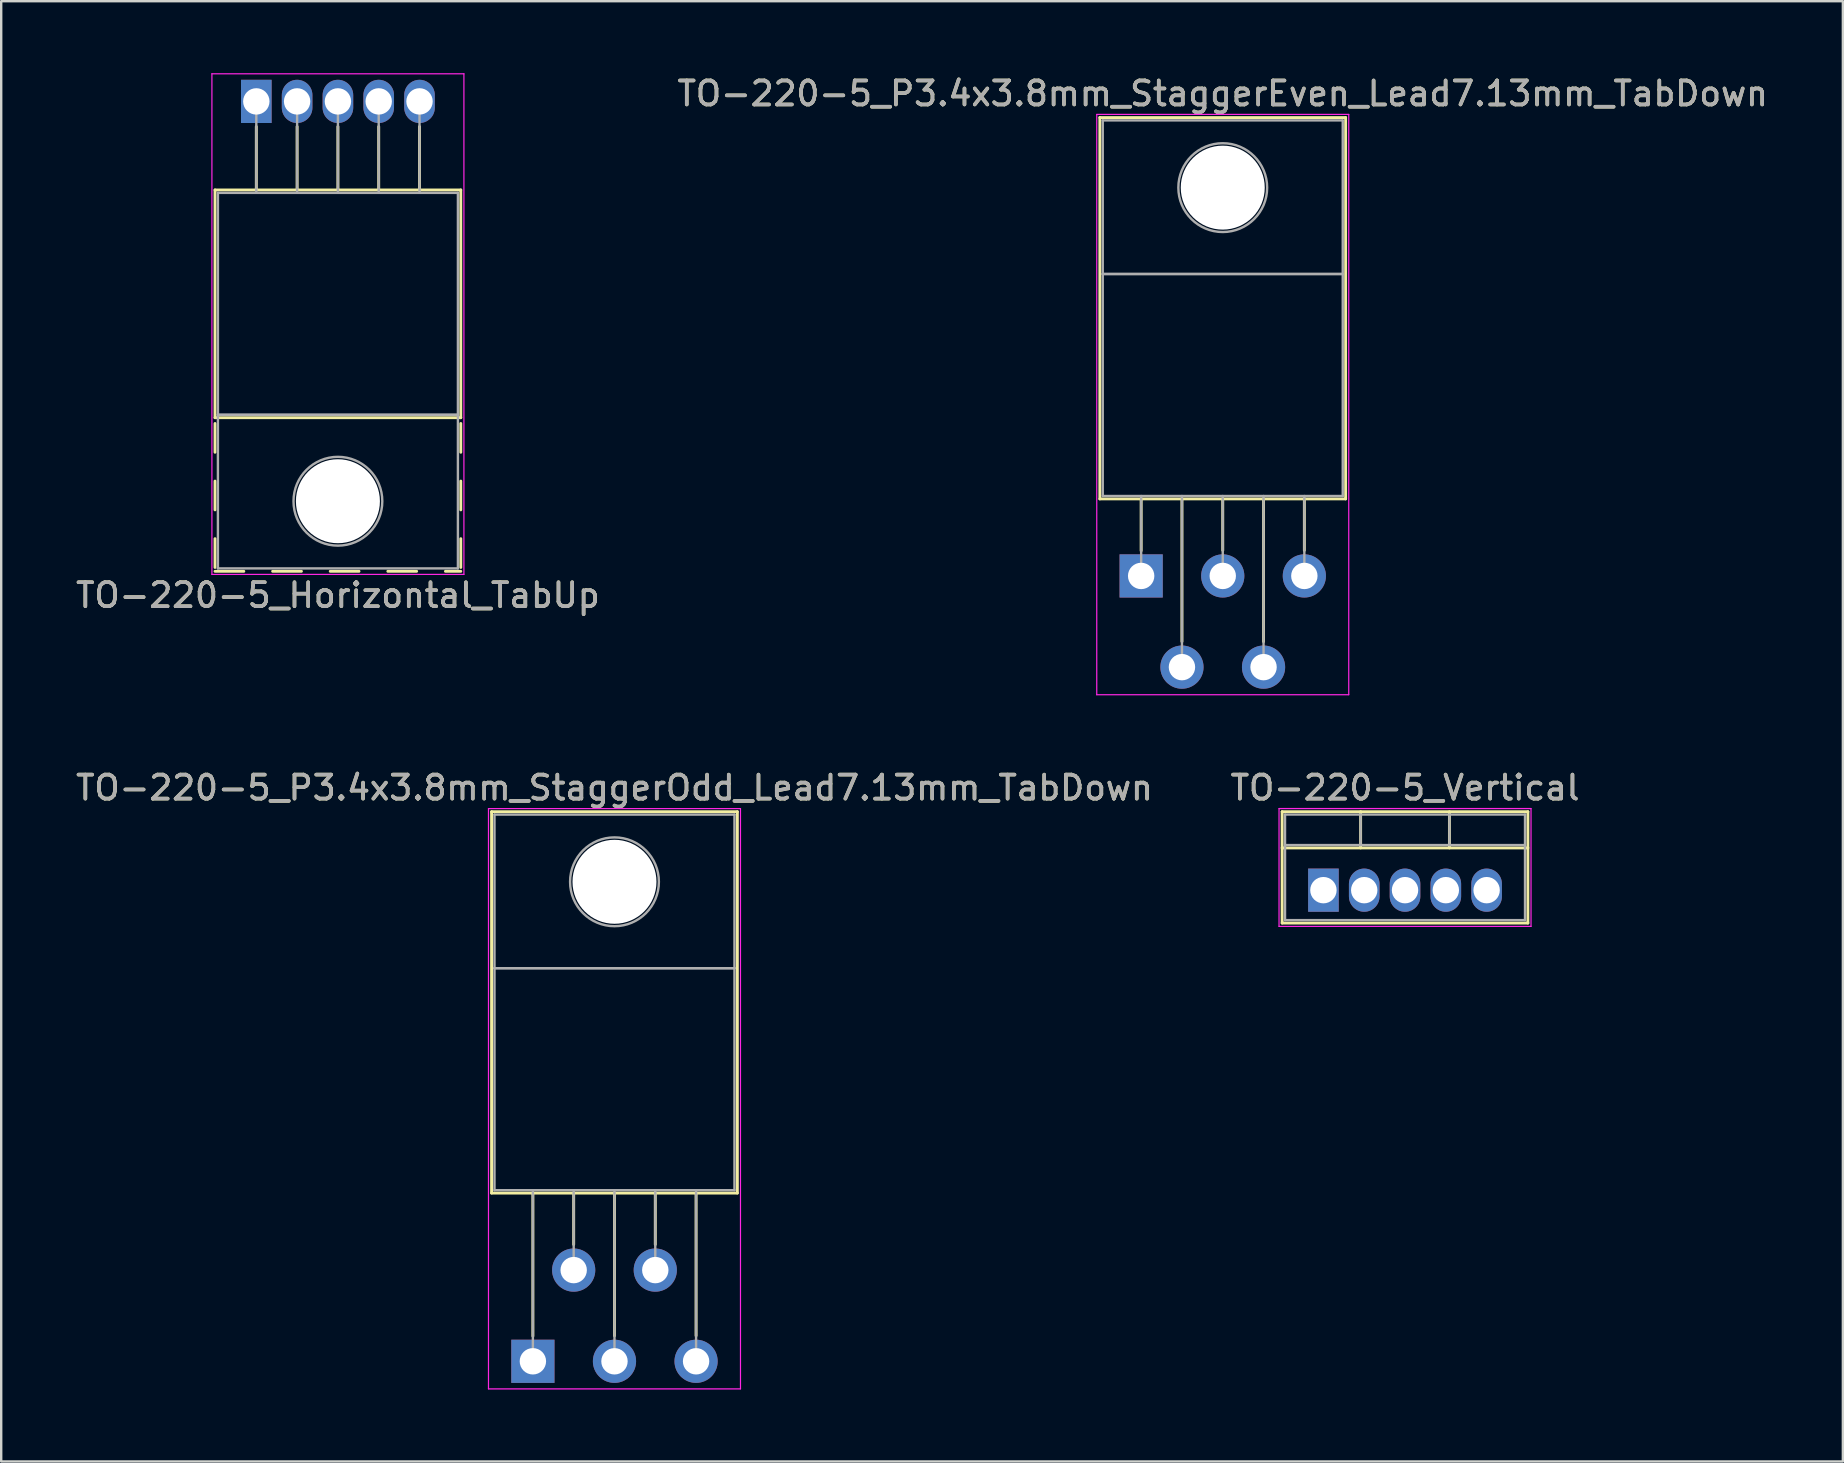
<source format=kicad_pcb>
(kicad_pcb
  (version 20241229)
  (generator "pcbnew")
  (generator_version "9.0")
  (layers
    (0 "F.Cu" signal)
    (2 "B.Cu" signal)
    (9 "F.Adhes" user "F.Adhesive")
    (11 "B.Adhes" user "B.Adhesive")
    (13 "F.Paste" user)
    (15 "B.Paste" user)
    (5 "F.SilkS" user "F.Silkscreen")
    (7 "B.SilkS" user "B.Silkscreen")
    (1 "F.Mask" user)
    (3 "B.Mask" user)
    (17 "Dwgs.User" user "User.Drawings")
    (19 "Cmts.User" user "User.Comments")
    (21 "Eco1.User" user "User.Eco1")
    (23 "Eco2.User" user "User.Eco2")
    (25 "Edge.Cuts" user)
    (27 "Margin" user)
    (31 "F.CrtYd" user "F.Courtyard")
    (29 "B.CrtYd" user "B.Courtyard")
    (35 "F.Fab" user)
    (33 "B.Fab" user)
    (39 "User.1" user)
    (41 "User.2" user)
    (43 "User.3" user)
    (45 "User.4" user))
  (footprint "TO-220-5_P3.4x3.8mm_StaggerEven_Lead7.13mm_TabDown"
    (layer "F.Cu")
    (at 44.499 20.948)
    (property "Reference" "TO-220-5_P3.4x3.8mm_StaggerEven_Lead7.13mm_TabDown" (at 3.4 -20.1 0) (layer "F.SilkS") (effects (font (size 1 1) (thickness 0.15))))
    (attr through_hole)
    (fp_line (start -1.721 -19.1) (end -1.721 -3.21) (stroke (width 0.12) (type solid)) (layer "F.SilkS"))
    (fp_line (start -1.721 -19.1) (end 8.52 -19.1) (stroke (width 0.12) (type solid)) (layer "F.SilkS"))
    (fp_line (start -1.721 -3.21) (end 8.52 -3.21) (stroke (width 0.12) (type solid)) (layer "F.SilkS"))
    (fp_line (start 0 -3.21) (end 0 -1.05) (stroke (width 0.12) (type solid)) (layer "F.SilkS"))
    (fp_line (start 1.7 -3.21) (end 1.7 2.735) (stroke (width 0.12) (type solid)) (layer "F.SilkS"))
    (fp_line (start 3.4 -3.21) (end 3.4 -1.066) (stroke (width 0.12) (type solid)) (layer "F.SilkS"))
    (fp_line (start 5.1 -3.21) (end 5.1 2.735) (stroke (width 0.12) (type solid)) (layer "F.SilkS"))
    (fp_line (start 6.8 -3.21) (end 6.8 -1.066) (stroke (width 0.12) (type solid)) (layer "F.SilkS"))
    (fp_line (start 8.52 -19.1) (end 8.52 -3.21) (stroke (width 0.12) (type solid)) (layer "F.SilkS"))
    (fp_line (start -1.85 -19.23) (end -1.85 4.95) (stroke (width 0.05) (type solid)) (layer "F.CrtYd"))
    (fp_line (start -1.85 4.95) (end 8.65 4.95) (stroke (width 0.05) (type solid)) (layer "F.CrtYd"))
    (fp_line (start 8.65 -19.23) (end -1.85 -19.23) (stroke (width 0.05) (type solid)) (layer "F.CrtYd"))
    (fp_line (start 8.65 4.95) (end 8.65 -19.23) (stroke (width 0.05) (type solid)) (layer "F.CrtYd"))
    (fp_line (start -1.6 -18.98) (end 8.4 -18.98) (stroke (width 0.1) (type solid)) (layer "F.Fab"))
    (fp_line (start -1.6 -12.58) (end -1.6 -18.98) (stroke (width 0.1) (type solid)) (layer "F.Fab"))
    (fp_line (start -1.6 -12.58) (end 8.4 -12.58) (stroke (width 0.1) (type solid)) (layer "F.Fab"))
    (fp_line (start -1.6 -3.33) (end -1.6 -12.58) (stroke (width 0.1) (type solid)) (layer "F.Fab"))
    (fp_line (start 0 -3.33) (end 0 0) (stroke (width 0.1) (type solid)) (layer "F.Fab"))
    (fp_line (start 1.7 -3.33) (end 1.7 3.8) (stroke (width 0.1) (type solid)) (layer "F.Fab"))
    (fp_line (start 3.4 -3.33) (end 3.4 0) (stroke (width 0.1) (type solid)) (layer "F.Fab"))
    (fp_line (start 5.1 -3.33) (end 5.1 3.8) (stroke (width 0.1) (type solid)) (layer "F.Fab"))
    (fp_line (start 6.8 -3.33) (end 6.8 0) (stroke (width 0.1) (type solid)) (layer "F.Fab"))
    (fp_line (start 8.4 -18.98) (end 8.4 -12.58) (stroke (width 0.1) (type solid)) (layer "F.Fab"))
    (fp_line (start 8.4 -12.58) (end -1.6 -12.58) (stroke (width 0.1) (type solid)) (layer "F.Fab"))
    (fp_line (start 8.4 -12.58) (end 8.4 -3.33) (stroke (width 0.1) (type solid)) (layer "F.Fab"))
    (fp_line (start 8.4 -3.33) (end -1.6 -3.33) (stroke (width 0.1) (type solid)) (layer "F.Fab"))
    (fp_circle (center 3.4 -16.18) (end 5.25 -16.18) (stroke (width 0.1) (type solid)) (fill no) (layer "F.Fab"))
    (fp_text user "${REFERENCE}" (at 3.4 -20.1 0) (layer "F.Fab") (effects (font (size 1 1) (thickness 0.15))))
    (pad "" np_thru_hole oval (at 3.4 -16.18) (size 3.5 3.5) (drill 3.5) (layers "*.Cu" "*.Mask"))
    (pad "1" thru_hole rect (at 0 0) (size 1.8 1.8) (drill 1.1) (layers "*.Cu" "*.Mask"))
    (pad "2" thru_hole oval (at 1.7 3.8) (size 1.8 1.8) (drill 1.1) (layers "*.Cu" "*.Mask"))
    (pad "3" thru_hole oval (at 3.4 0) (size 1.8 1.8) (drill 1.1) (layers "*.Cu" "*.Mask"))
    (pad "4" thru_hole oval (at 5.1 3.8) (size 1.8 1.8) (drill 1.1) (layers "*.Cu" "*.Mask"))
    (pad "5" thru_hole oval (at 6.8 0) (size 1.8 1.8) (drill 1.1) (layers "*.Cu" "*.Mask")))
  (footprint "TO-220-5_Horizontal_TabUp"
    (layer "F.Cu")
    (at 7.63 1.175)
    (property "Reference" "TO-220-5_Horizontal_TabUp" (at 3.4 20.58 0) (layer "F.SilkS") (effects (font (size 1 1) (thickness 0.15))))
    (attr through_hole)
    (fp_line (start -1.721 3.69) (end -1.721 13.18) (stroke (width 0.12) (type solid)) (layer "F.SilkS"))
    (fp_line (start -1.721 3.69) (end 8.52 3.69) (stroke (width 0.12) (type solid)) (layer "F.SilkS"))
    (fp_line (start -1.721 13.18) (end 8.52 13.18) (stroke (width 0.12) (type solid)) (layer "F.SilkS"))
    (fp_line (start -1.721 13.42) (end -1.721 14.62) (stroke (width 0.12) (type solid)) (layer "F.SilkS"))
    (fp_line (start -1.721 15.82) (end -1.721 17.02) (stroke (width 0.12) (type solid)) (layer "F.SilkS"))
    (fp_line (start -1.721 18.22) (end -1.721 19.42) (stroke (width 0.12) (type solid)) (layer "F.SilkS"))
    (fp_line (start -1.721 19.58) (end -0.521 19.58) (stroke (width 0.12) (type solid)) (layer "F.SilkS"))
    (fp_line (start 0 1.05) (end 0 3.69) (stroke (width 0.12) (type solid)) (layer "F.SilkS"))
    (fp_line (start 0.68 19.58) (end 1.88 19.58) (stroke (width 0.12) (type solid)) (layer "F.SilkS"))
    (fp_line (start 1.7 1.05) (end 1.7 3.69) (stroke (width 0.12) (type solid)) (layer "F.SilkS"))
    (fp_line (start 3.08 19.58) (end 4.28 19.58) (stroke (width 0.12) (type solid)) (layer "F.SilkS"))
    (fp_line (start 3.4 1.05) (end 3.4 3.69) (stroke (width 0.12) (type solid)) (layer "F.SilkS"))
    (fp_line (start 5.1 1.05) (end 5.1 3.69) (stroke (width 0.12) (type solid)) (layer "F.SilkS"))
    (fp_line (start 5.48 19.58) (end 6.68 19.58) (stroke (width 0.12) (type solid)) (layer "F.SilkS"))
    (fp_line (start 6.8 1.05) (end 6.8 3.69) (stroke (width 0.12) (type solid)) (layer "F.SilkS"))
    (fp_line (start 7.88 19.58) (end 8.52 19.58) (stroke (width 0.12) (type solid)) (layer "F.SilkS"))
    (fp_line (start 8.52 3.69) (end 8.52 13.18) (stroke (width 0.12) (type solid)) (layer "F.SilkS"))
    (fp_line (start 8.52 13.42) (end 8.52 14.62) (stroke (width 0.12) (type solid)) (layer "F.SilkS"))
    (fp_line (start 8.52 15.82) (end 8.52 17.02) (stroke (width 0.12) (type solid)) (layer "F.SilkS"))
    (fp_line (start 8.52 18.22) (end 8.52 19.42) (stroke (width 0.12) (type solid)) (layer "F.SilkS"))
    (fp_line (start -1.85 -1.15) (end -1.85 19.71) (stroke (width 0.05) (type solid)) (layer "F.CrtYd"))
    (fp_line (start -1.85 19.71) (end 8.65 19.71) (stroke (width 0.05) (type solid)) (layer "F.CrtYd"))
    (fp_line (start 8.65 -1.15) (end -1.85 -1.15) (stroke (width 0.05) (type solid)) (layer "F.CrtYd"))
    (fp_line (start 8.65 19.71) (end 8.65 -1.15) (stroke (width 0.05) (type solid)) (layer "F.CrtYd"))
    (fp_line (start -1.6 3.81) (end -1.6 13.06) (stroke (width 0.1) (type solid)) (layer "F.Fab"))
    (fp_line (start -1.6 13.06) (end -1.6 19.46) (stroke (width 0.1) (type solid)) (layer "F.Fab"))
    (fp_line (start -1.6 13.06) (end 8.4 13.06) (stroke (width 0.1) (type solid)) (layer "F.Fab"))
    (fp_line (start -1.6 19.46) (end 8.4 19.46) (stroke (width 0.1) (type solid)) (layer "F.Fab"))
    (fp_line (start 0 3.81) (end 0 0) (stroke (width 0.1) (type solid)) (layer "F.Fab"))
    (fp_line (start 1.7 3.81) (end 1.7 0) (stroke (width 0.1) (type solid)) (layer "F.Fab"))
    (fp_line (start 3.4 3.81) (end 3.4 0) (stroke (width 0.1) (type solid)) (layer "F.Fab"))
    (fp_line (start 5.1 3.81) (end 5.1 0) (stroke (width 0.1) (type solid)) (layer "F.Fab"))
    (fp_line (start 6.8 3.81) (end 6.8 0) (stroke (width 0.1) (type solid)) (layer "F.Fab"))
    (fp_line (start 8.4 3.81) (end -1.6 3.81) (stroke (width 0.1) (type solid)) (layer "F.Fab"))
    (fp_line (start 8.4 13.06) (end -1.6 13.06) (stroke (width 0.1) (type solid)) (layer "F.Fab"))
    (fp_line (start 8.4 13.06) (end 8.4 3.81) (stroke (width 0.1) (type solid)) (layer "F.Fab"))
    (fp_line (start 8.4 19.46) (end 8.4 13.06) (stroke (width 0.1) (type solid)) (layer "F.Fab"))
    (fp_circle (center 3.4 16.66) (end 5.25 16.66) (stroke (width 0.1) (type solid)) (fill no) (layer "F.Fab"))
    (fp_text user "${REFERENCE}" (at 3.4 20.58 0) (layer "F.Fab") (effects (font (size 1 1) (thickness 0.15))))
    (pad "" np_thru_hole oval (at 3.4 16.66) (size 3.5 3.5) (drill 3.5) (layers "*.Cu" "*.Mask"))
    (pad "1" thru_hole rect (at 0 0) (size 1.275 1.8) (drill 1.1) (layers "*.Cu" "*.Mask"))
    (pad "2" thru_hole oval (at 1.7 0) (size 1.275 1.8) (drill 1.1) (layers "*.Cu" "*.Mask"))
    (pad "3" thru_hole oval (at 3.4 0) (size 1.275 1.8) (drill 1.1) (layers "*.Cu" "*.Mask"))
    (pad "4" thru_hole oval (at 5.1 0) (size 1.275 1.8) (drill 1.1) (layers "*.Cu" "*.Mask"))
    (pad "5" thru_hole oval (at 6.8 0) (size 1.275 1.8) (drill 1.1) (layers "*.Cu" "*.Mask")))
  (footprint "TO-220-5_P3.4x3.8mm_StaggerOdd_Lead7.13mm_TabDown"
    (layer "F.Cu")
    (at 19.154 53.672)
    (property "Reference" "TO-220-5_P3.4x3.8mm_StaggerOdd_Lead7.13mm_TabDown" (at 3.4 -23.9 0) (layer "F.SilkS") (effects (font (size 1 1) (thickness 0.15))))
    (attr through_hole)
    (fp_line (start -1.721 -22.9) (end -1.721 -7.01) (stroke (width 0.12) (type solid)) (layer "F.SilkS"))
    (fp_line (start -1.721 -22.9) (end 8.52 -22.9) (stroke (width 0.12) (type solid)) (layer "F.SilkS"))
    (fp_line (start -1.721 -7.01) (end 8.52 -7.01) (stroke (width 0.12) (type solid)) (layer "F.SilkS"))
    (fp_line (start 0 -7.01) (end 0 -1.05) (stroke (width 0.12) (type solid)) (layer "F.SilkS"))
    (fp_line (start 1.7 -7.01) (end 1.7 -4.866) (stroke (width 0.12) (type solid)) (layer "F.SilkS"))
    (fp_line (start 3.4 -7.01) (end 3.4 -1.065) (stroke (width 0.12) (type solid)) (layer "F.SilkS"))
    (fp_line (start 5.1 -7.01) (end 5.1 -4.866) (stroke (width 0.12) (type solid)) (layer "F.SilkS"))
    (fp_line (start 6.8 -7.01) (end 6.8 -1.065) (stroke (width 0.12) (type solid)) (layer "F.SilkS"))
    (fp_line (start 8.52 -22.9) (end 8.52 -7.01) (stroke (width 0.12) (type solid)) (layer "F.SilkS"))
    (fp_line (start -1.85 -23.03) (end -1.85 1.15) (stroke (width 0.05) (type solid)) (layer "F.CrtYd"))
    (fp_line (start -1.85 1.15) (end 8.65 1.15) (stroke (width 0.05) (type solid)) (layer "F.CrtYd"))
    (fp_line (start 8.65 -23.03) (end -1.85 -23.03) (stroke (width 0.05) (type solid)) (layer "F.CrtYd"))
    (fp_line (start 8.65 1.15) (end 8.65 -23.03) (stroke (width 0.05) (type solid)) (layer "F.CrtYd"))
    (fp_line (start -1.6 -22.78) (end 8.4 -22.78) (stroke (width 0.1) (type solid)) (layer "F.Fab"))
    (fp_line (start -1.6 -16.38) (end -1.6 -22.78) (stroke (width 0.1) (type solid)) (layer "F.Fab"))
    (fp_line (start -1.6 -16.38) (end 8.4 -16.38) (stroke (width 0.1) (type solid)) (layer "F.Fab"))
    (fp_line (start -1.6 -7.13) (end -1.6 -16.38) (stroke (width 0.1) (type solid)) (layer "F.Fab"))
    (fp_line (start 0 -7.13) (end 0 0) (stroke (width 0.1) (type solid)) (layer "F.Fab"))
    (fp_line (start 1.7 -7.13) (end 1.7 -3.8) (stroke (width 0.1) (type solid)) (layer "F.Fab"))
    (fp_line (start 3.4 -7.13) (end 3.4 0) (stroke (width 0.1) (type solid)) (layer "F.Fab"))
    (fp_line (start 5.1 -7.13) (end 5.1 -3.8) (stroke (width 0.1) (type solid)) (layer "F.Fab"))
    (fp_line (start 6.8 -7.13) (end 6.8 0) (stroke (width 0.1) (type solid)) (layer "F.Fab"))
    (fp_line (start 8.4 -22.78) (end 8.4 -16.38) (stroke (width 0.1) (type solid)) (layer "F.Fab"))
    (fp_line (start 8.4 -16.38) (end -1.6 -16.38) (stroke (width 0.1) (type solid)) (layer "F.Fab"))
    (fp_line (start 8.4 -16.38) (end 8.4 -7.13) (stroke (width 0.1) (type solid)) (layer "F.Fab"))
    (fp_line (start 8.4 -7.13) (end -1.6 -7.13) (stroke (width 0.1) (type solid)) (layer "F.Fab"))
    (fp_circle (center 3.4 -19.98) (end 5.25 -19.98) (stroke (width 0.1) (type solid)) (fill no) (layer "F.Fab"))
    (fp_text user "${REFERENCE}" (at 3.4 -23.9 0) (layer "F.Fab") (effects (font (size 1 1) (thickness 0.15))))
    (pad "" np_thru_hole oval (at 3.4 -19.98) (size 3.5 3.5) (drill 3.5) (layers "*.Cu" "*.Mask"))
    (pad "1" thru_hole rect (at 0 0) (size 1.8 1.8) (drill 1.1) (layers "*.Cu" "*.Mask"))
    (pad "2" thru_hole oval (at 1.7 -3.8) (size 1.8 1.8) (drill 1.1) (layers "*.Cu" "*.Mask"))
    (pad "3" thru_hole oval (at 3.4 0) (size 1.8 1.8) (drill 1.1) (layers "*.Cu" "*.Mask"))
    (pad "4" thru_hole oval (at 5.1 -3.8) (size 1.8 1.8) (drill 1.1) (layers "*.Cu" "*.Mask"))
    (pad "5" thru_hole oval (at 6.8 0) (size 1.8 1.8) (drill 1.1) (layers "*.Cu" "*.Mask")))
  (footprint "TO-220-5_Vertical"
    (layer "F.Cu")
    (at 52.094 34.041)
    (property "Reference" "TO-220-5_Vertical" (at 3.4 -4.27 0) (layer "F.SilkS") (effects (font (size 1 1) (thickness 0.15))))
    (attr through_hole)
    (fp_line (start -1.721 -3.27) (end -1.721 1.371) (stroke (width 0.12) (type solid)) (layer "F.SilkS"))
    (fp_line (start -1.721 -3.27) (end 8.52 -3.27) (stroke (width 0.12) (type solid)) (layer "F.SilkS"))
    (fp_line (start -1.721 -1.76) (end 8.52 -1.76) (stroke (width 0.12) (type solid)) (layer "F.SilkS"))
    (fp_line (start -1.721 1.371) (end 8.52 1.371) (stroke (width 0.12) (type solid)) (layer "F.SilkS"))
    (fp_line (start 1.55 -3.27) (end 1.55 -1.76) (stroke (width 0.12) (type solid)) (layer "F.SilkS"))
    (fp_line (start 5.25 -3.27) (end 5.25 -1.76) (stroke (width 0.12) (type solid)) (layer "F.SilkS"))
    (fp_line (start 8.52 -3.27) (end 8.52 1.371) (stroke (width 0.12) (type solid)) (layer "F.SilkS"))
    (fp_line (start -1.85 -3.4) (end -1.85 1.51) (stroke (width 0.05) (type solid)) (layer "F.CrtYd"))
    (fp_line (start -1.85 1.51) (end 8.65 1.51) (stroke (width 0.05) (type solid)) (layer "F.CrtYd"))
    (fp_line (start 8.65 -3.4) (end -1.85 -3.4) (stroke (width 0.05) (type solid)) (layer "F.CrtYd"))
    (fp_line (start 8.65 1.51) (end 8.65 -3.4) (stroke (width 0.05) (type solid)) (layer "F.CrtYd"))
    (fp_line (start -1.6 -3.15) (end -1.6 1.25) (stroke (width 0.1) (type solid)) (layer "F.Fab"))
    (fp_line (start -1.6 -1.88) (end 8.4 -1.88) (stroke (width 0.1) (type solid)) (layer "F.Fab"))
    (fp_line (start -1.6 1.25) (end 8.4 1.25) (stroke (width 0.1) (type solid)) (layer "F.Fab"))
    (fp_line (start 1.55 -3.15) (end 1.55 -1.88) (stroke (width 0.1) (type solid)) (layer "F.Fab"))
    (fp_line (start 5.25 -3.15) (end 5.25 -1.88) (stroke (width 0.1) (type solid)) (layer "F.Fab"))
    (fp_line (start 8.4 -3.15) (end -1.6 -3.15) (stroke (width 0.1) (type solid)) (layer "F.Fab"))
    (fp_line (start 8.4 1.25) (end 8.4 -3.15) (stroke (width 0.1) (type solid)) (layer "F.Fab"))
    (fp_text user "${REFERENCE}" (at 3.4 -4.27 0) (layer "F.Fab") (effects (font (size 1 1) (thickness 0.15))))
    (pad "1" thru_hole rect (at 0 0) (size 1.275 1.8) (drill 1.1) (layers "*.Cu" "*.Mask"))
    (pad "2" thru_hole oval (at 1.7 0) (size 1.275 1.8) (drill 1.1) (layers "*.Cu" "*.Mask"))
    (pad "3" thru_hole oval (at 3.4 0) (size 1.275 1.8) (drill 1.1) (layers "*.Cu" "*.Mask"))
    (pad "4" thru_hole oval (at 5.1 0) (size 1.275 1.8) (drill 1.1) (layers "*.Cu" "*.Mask"))
    (pad "5" thru_hole oval (at 6.8 0) (size 1.275 1.8) (drill 1.1) (layers "*.Cu" "*.Mask")))
  (gr_rect
    (start -3 -3)
    (end 73.738 57.846)
    (stroke (width 0.1) (type default))
    (fill no)
    (layer "Edge.Cuts")))
</source>
